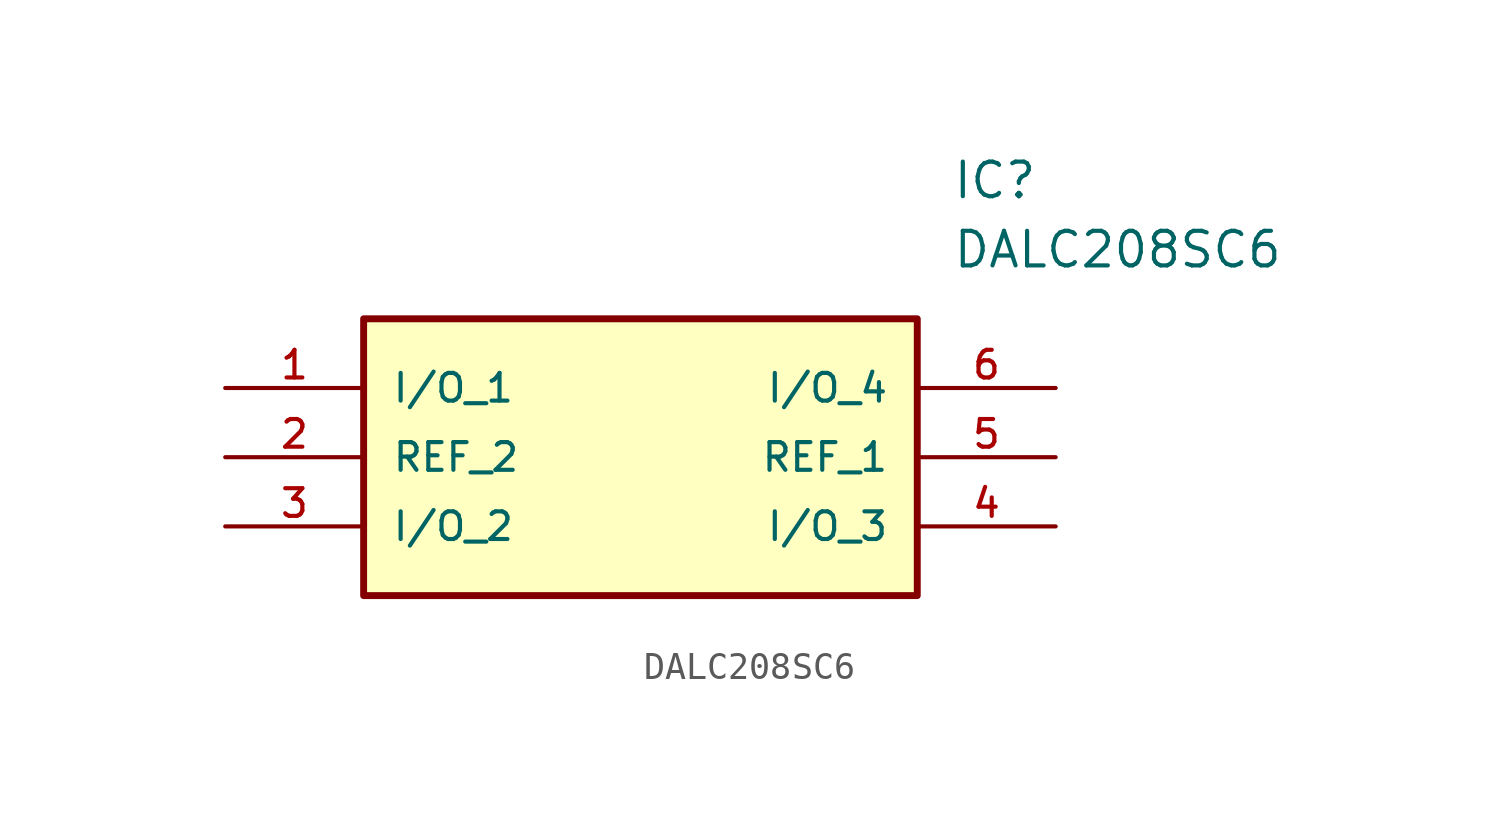
<source format=kicad_sym>
(kicad_symbol_lib
  (version 20211014)
  (generator kicad_symbol_editor)
  (symbol "DALC208SC6"
    (pin_names
      (offset 1.016))
    (property "Reference" "IC"
      (at 26.67 7.62 0)
      (effects (font (size 1.27 1.27)) (justify left)))
    (property "Value" "DALC208SC6"
      (at 26.67 5.08 0)
      (effects (font (size 1.27 1.27)) (justify left)))
    (symbol "DALC208SC6_0_0"
      (rectangle (start 5.08 -7.62) (end 25.4 2.54) (stroke (width 0.254)) (fill (type background)))
      (pin bidirectional line (at 0.0 0.0 0) (length 5.08) (name "I/O_1" (effects (font (size 1.016 1.016)))) (number "1" (effects (font (size 1.016 1.016)))))
      (pin bidirectional line (at 0.0 -2.54 0) (length 5.08) (name "REF_2" (effects (font (size 1.016 1.016)))) (number "2" (effects (font (size 1.016 1.016)))))
      (pin bidirectional line (at 0.0 -5.08 0) (length 5.08) (name "I/O_2" (effects (font (size 1.016 1.016)))) (number "3" (effects (font (size 1.016 1.016)))))
      (pin bidirectional line (at 30.48 0.0 180.0) (length 5.08) (name "I/O_4" (effects (font (size 1.016 1.016)))) (number "6" (effects (font (size 1.016 1.016)))))
      (pin bidirectional line (at 30.48 -2.54 180.0) (length 5.08) (name "REF_1" (effects (font (size 1.016 1.016)))) (number "5" (effects (font (size 1.016 1.016)))))
      (pin bidirectional line (at 30.48 -5.08 180.0) (length 5.08) (name "I/O_3" (effects (font (size 1.016 1.016)))) (number "4" (effects (font (size 1.016 1.016))))))))
</source>
